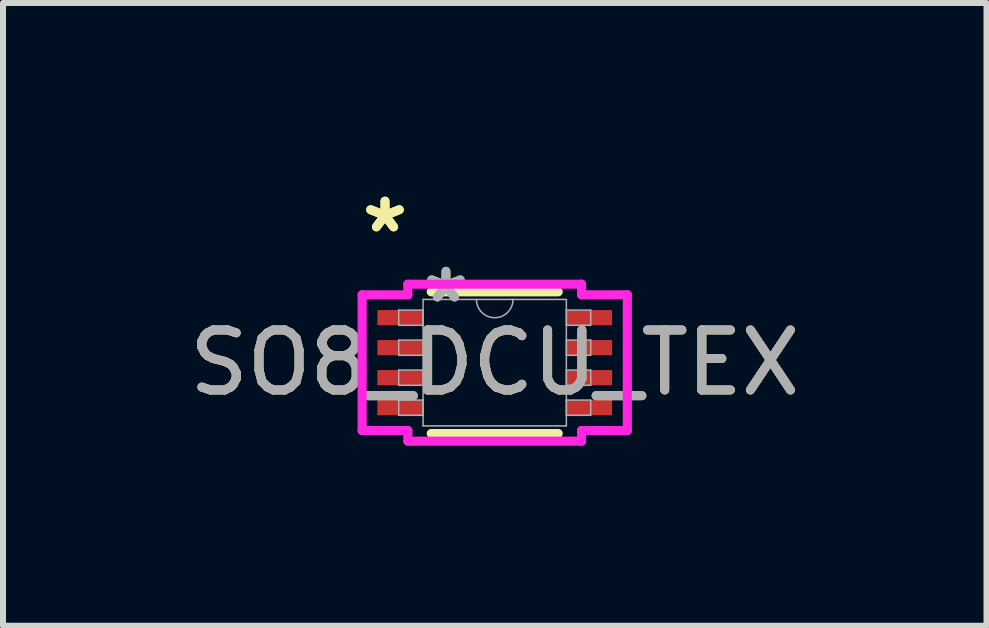
<source format=kicad_pcb>
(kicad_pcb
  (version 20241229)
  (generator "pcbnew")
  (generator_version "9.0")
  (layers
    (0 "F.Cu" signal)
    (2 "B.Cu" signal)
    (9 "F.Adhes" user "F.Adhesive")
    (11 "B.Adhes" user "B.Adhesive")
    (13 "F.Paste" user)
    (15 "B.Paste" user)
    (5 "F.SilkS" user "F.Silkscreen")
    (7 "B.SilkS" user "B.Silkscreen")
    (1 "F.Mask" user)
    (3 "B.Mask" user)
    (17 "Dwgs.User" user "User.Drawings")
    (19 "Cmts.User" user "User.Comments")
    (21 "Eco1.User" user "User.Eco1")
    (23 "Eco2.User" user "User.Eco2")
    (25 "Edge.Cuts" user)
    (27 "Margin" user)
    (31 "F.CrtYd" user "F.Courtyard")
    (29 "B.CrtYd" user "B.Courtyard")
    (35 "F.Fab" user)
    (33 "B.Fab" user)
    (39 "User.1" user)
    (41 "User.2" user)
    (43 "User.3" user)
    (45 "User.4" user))
  (footprint "SO8_DCU_TEX"
    (layer "F.Cu")
    (at 5.196 2.995)
    (property "Reference" "SO8_DCU_TEX" (at 0 0 0) (unlocked yes) (layer "F.SilkS") (effects (font (size 1 1) (thickness 0.15))))
    (attr smd)
    (fp_line (start -1.058 1.181) (end 1.058 1.181) (stroke (width 0.152) (type solid)) (layer "F.SilkS"))
    (fp_line (start 1.058 -1.181) (end -1.058 -1.181) (stroke (width 0.152) (type solid)) (layer "F.SilkS"))
    (fp_line (start -2.21 -1.131) (end -1.448 -1.131) (stroke (width 0.152) (type solid)) (layer "F.CrtYd"))
    (fp_line (start -2.21 1.131) (end -2.21 -1.131) (stroke (width 0.152) (type solid)) (layer "F.CrtYd"))
    (fp_line (start -2.21 1.131) (end -1.448 1.131) (stroke (width 0.152) (type solid)) (layer "F.CrtYd"))
    (fp_line (start -1.448 -1.308) (end 1.448 -1.308) (stroke (width 0.152) (type solid)) (layer "F.CrtYd"))
    (fp_line (start -1.448 -1.131) (end -1.448 -1.308) (stroke (width 0.152) (type solid)) (layer "F.CrtYd"))
    (fp_line (start -1.448 1.308) (end -1.448 1.131) (stroke (width 0.152) (type solid)) (layer "F.CrtYd"))
    (fp_line (start 1.448 -1.308) (end 1.448 -1.131) (stroke (width 0.152) (type solid)) (layer "F.CrtYd"))
    (fp_line (start 1.448 1.131) (end 1.448 1.308) (stroke (width 0.152) (type solid)) (layer "F.CrtYd"))
    (fp_line (start 1.448 1.308) (end -1.448 1.308) (stroke (width 0.152) (type solid)) (layer "F.CrtYd"))
    (fp_line (start 2.21 -1.131) (end 1.448 -1.131) (stroke (width 0.152) (type solid)) (layer "F.CrtYd"))
    (fp_line (start 2.21 -1.131) (end 2.21 1.131) (stroke (width 0.152) (type solid)) (layer "F.CrtYd"))
    (fp_line (start 2.21 1.131) (end 1.448 1.131) (stroke (width 0.152) (type solid)) (layer "F.CrtYd"))
    (fp_line (start -1.6 -0.877) (end -1.6 -0.623) (stroke (width 0.025) (type solid)) (layer "F.Fab"))
    (fp_line (start -1.6 -0.623) (end -1.194 -0.623) (stroke (width 0.025) (type solid)) (layer "F.Fab"))
    (fp_line (start -1.6 -0.377) (end -1.6 -0.123) (stroke (width 0.025) (type solid)) (layer "F.Fab"))
    (fp_line (start -1.6 -0.123) (end -1.194 -0.123) (stroke (width 0.025) (type solid)) (layer "F.Fab"))
    (fp_line (start -1.6 0.123) (end -1.6 0.377) (stroke (width 0.025) (type solid)) (layer "F.Fab"))
    (fp_line (start -1.6 0.377) (end -1.194 0.377) (stroke (width 0.025) (type solid)) (layer "F.Fab"))
    (fp_line (start -1.6 0.623) (end -1.6 0.877) (stroke (width 0.025) (type solid)) (layer "F.Fab"))
    (fp_line (start -1.6 0.877) (end -1.194 0.877) (stroke (width 0.025) (type solid)) (layer "F.Fab"))
    (fp_line (start -1.194 -1.054) (end -1.194 1.054) (stroke (width 0.025) (type solid)) (layer "F.Fab"))
    (fp_line (start -1.194 -0.877) (end -1.6 -0.877) (stroke (width 0.025) (type solid)) (layer "F.Fab"))
    (fp_line (start -1.194 -0.623) (end -1.194 -0.877) (stroke (width 0.025) (type solid)) (layer "F.Fab"))
    (fp_line (start -1.194 -0.377) (end -1.6 -0.377) (stroke (width 0.025) (type solid)) (layer "F.Fab"))
    (fp_line (start -1.194 -0.123) (end -1.194 -0.377) (stroke (width 0.025) (type solid)) (layer "F.Fab"))
    (fp_line (start -1.194 0.123) (end -1.6 0.123) (stroke (width 0.025) (type solid)) (layer "F.Fab"))
    (fp_line (start -1.194 0.377) (end -1.194 0.123) (stroke (width 0.025) (type solid)) (layer "F.Fab"))
    (fp_line (start -1.194 0.623) (end -1.6 0.623) (stroke (width 0.025) (type solid)) (layer "F.Fab"))
    (fp_line (start -1.194 0.877) (end -1.194 0.623) (stroke (width 0.025) (type solid)) (layer "F.Fab"))
    (fp_line (start -1.194 1.054) (end 1.194 1.054) (stroke (width 0.025) (type solid)) (layer "F.Fab"))
    (fp_line (start 1.194 -1.054) (end -1.194 -1.054) (stroke (width 0.025) (type solid)) (layer "F.Fab"))
    (fp_line (start 1.194 -0.877) (end 1.194 -0.623) (stroke (width 0.025) (type solid)) (layer "F.Fab"))
    (fp_line (start 1.194 -0.623) (end 1.6 -0.623) (stroke (width 0.025) (type solid)) (layer "F.Fab"))
    (fp_line (start 1.194 -0.377) (end 1.194 -0.123) (stroke (width 0.025) (type solid)) (layer "F.Fab"))
    (fp_line (start 1.194 -0.123) (end 1.6 -0.123) (stroke (width 0.025) (type solid)) (layer "F.Fab"))
    (fp_line (start 1.194 0.123) (end 1.194 0.377) (stroke (width 0.025) (type solid)) (layer "F.Fab"))
    (fp_line (start 1.194 0.377) (end 1.6 0.377) (stroke (width 0.025) (type solid)) (layer "F.Fab"))
    (fp_line (start 1.194 0.623) (end 1.194 0.877) (stroke (width 0.025) (type solid)) (layer "F.Fab"))
    (fp_line (start 1.194 0.877) (end 1.6 0.877) (stroke (width 0.025) (type solid)) (layer "F.Fab"))
    (fp_line (start 1.194 1.054) (end 1.194 -1.054) (stroke (width 0.025) (type solid)) (layer "F.Fab"))
    (fp_line (start 1.6 -0.877) (end 1.194 -0.877) (stroke (width 0.025) (type solid)) (layer "F.Fab"))
    (fp_line (start 1.6 -0.623) (end 1.6 -0.877) (stroke (width 0.025) (type solid)) (layer "F.Fab"))
    (fp_line (start 1.6 -0.377) (end 1.194 -0.377) (stroke (width 0.025) (type solid)) (layer "F.Fab"))
    (fp_line (start 1.6 -0.123) (end 1.6 -0.377) (stroke (width 0.025) (type solid)) (layer "F.Fab"))
    (fp_line (start 1.6 0.123) (end 1.194 0.123) (stroke (width 0.025) (type solid)) (layer "F.Fab"))
    (fp_line (start 1.6 0.377) (end 1.6 0.123) (stroke (width 0.025) (type solid)) (layer "F.Fab"))
    (fp_line (start 1.6 0.623) (end 1.194 0.623) (stroke (width 0.025) (type solid)) (layer "F.Fab"))
    (fp_line (start 1.6 0.877) (end 1.6 0.623) (stroke (width 0.025) (type solid)) (layer "F.Fab"))
    (fp_arc (start 0.3048 -1.0541) (mid 0 -0.7493) (end -0.3048 -1.0541) (stroke (width 0.0254) (type solid)) (layer "F.Fab"))
    (fp_text user "*" (at -1.829 -2.147 0) (unlocked yes) (layer "F.SilkS") (effects (font (size 1 1) (thickness 0.15))))
    (fp_text user "*" (at -1.829 -2.147 0) (layer "F.SilkS") (effects (font (size 1 1) (thickness 0.15))))
    (fp_text user "${REFERENCE}" (at 0 0 0) (unlocked yes) (layer "F.Fab") (effects (font (size 1 1) (thickness 0.15))))
    (fp_text user "*" (at -0.813 -0.978 0) (unlocked yes) (layer "F.Fab") (effects (font (size 1 1) (thickness 0.15))))
    (fp_text user "*" (at -0.813 -0.978 0) (layer "F.Fab") (effects (font (size 1 1) (thickness 0.15))))
    (pad "1" smd rect (at -1.575 -0.75) (size 0.762 0.254) (layers "F.Cu" "F.Mask" "F.Paste"))
    (pad "2" smd rect (at -1.575 -0.25) (size 0.762 0.254) (layers "F.Cu" "F.Mask" "F.Paste"))
    (pad "3" smd rect (at -1.575 0.25) (size 0.762 0.254) (layers "F.Cu" "F.Mask" "F.Paste"))
    (pad "4" smd rect (at -1.575 0.75) (size 0.762 0.254) (layers "F.Cu" "F.Mask" "F.Paste"))
    (pad "5" smd rect (at 1.575 0.75) (size 0.762 0.254) (layers "F.Cu" "F.Mask" "F.Paste"))
    (pad "6" smd rect (at 1.575 0.25) (size 0.762 0.254) (layers "F.Cu" "F.Mask" "F.Paste"))
    (pad "7" smd rect (at 1.575 -0.25) (size 0.762 0.254) (layers "F.Cu" "F.Mask" "F.Paste"))
    (pad "8" smd rect (at 1.575 -0.75) (size 0.762 0.254) (layers "F.Cu" "F.Mask" "F.Paste")))
  (gr_rect
    (start -3 -3)
    (end 13.393 7.38)
    (stroke (width 0.1) (type default))
    (fill no)
    (layer "Edge.Cuts")))
</source>
